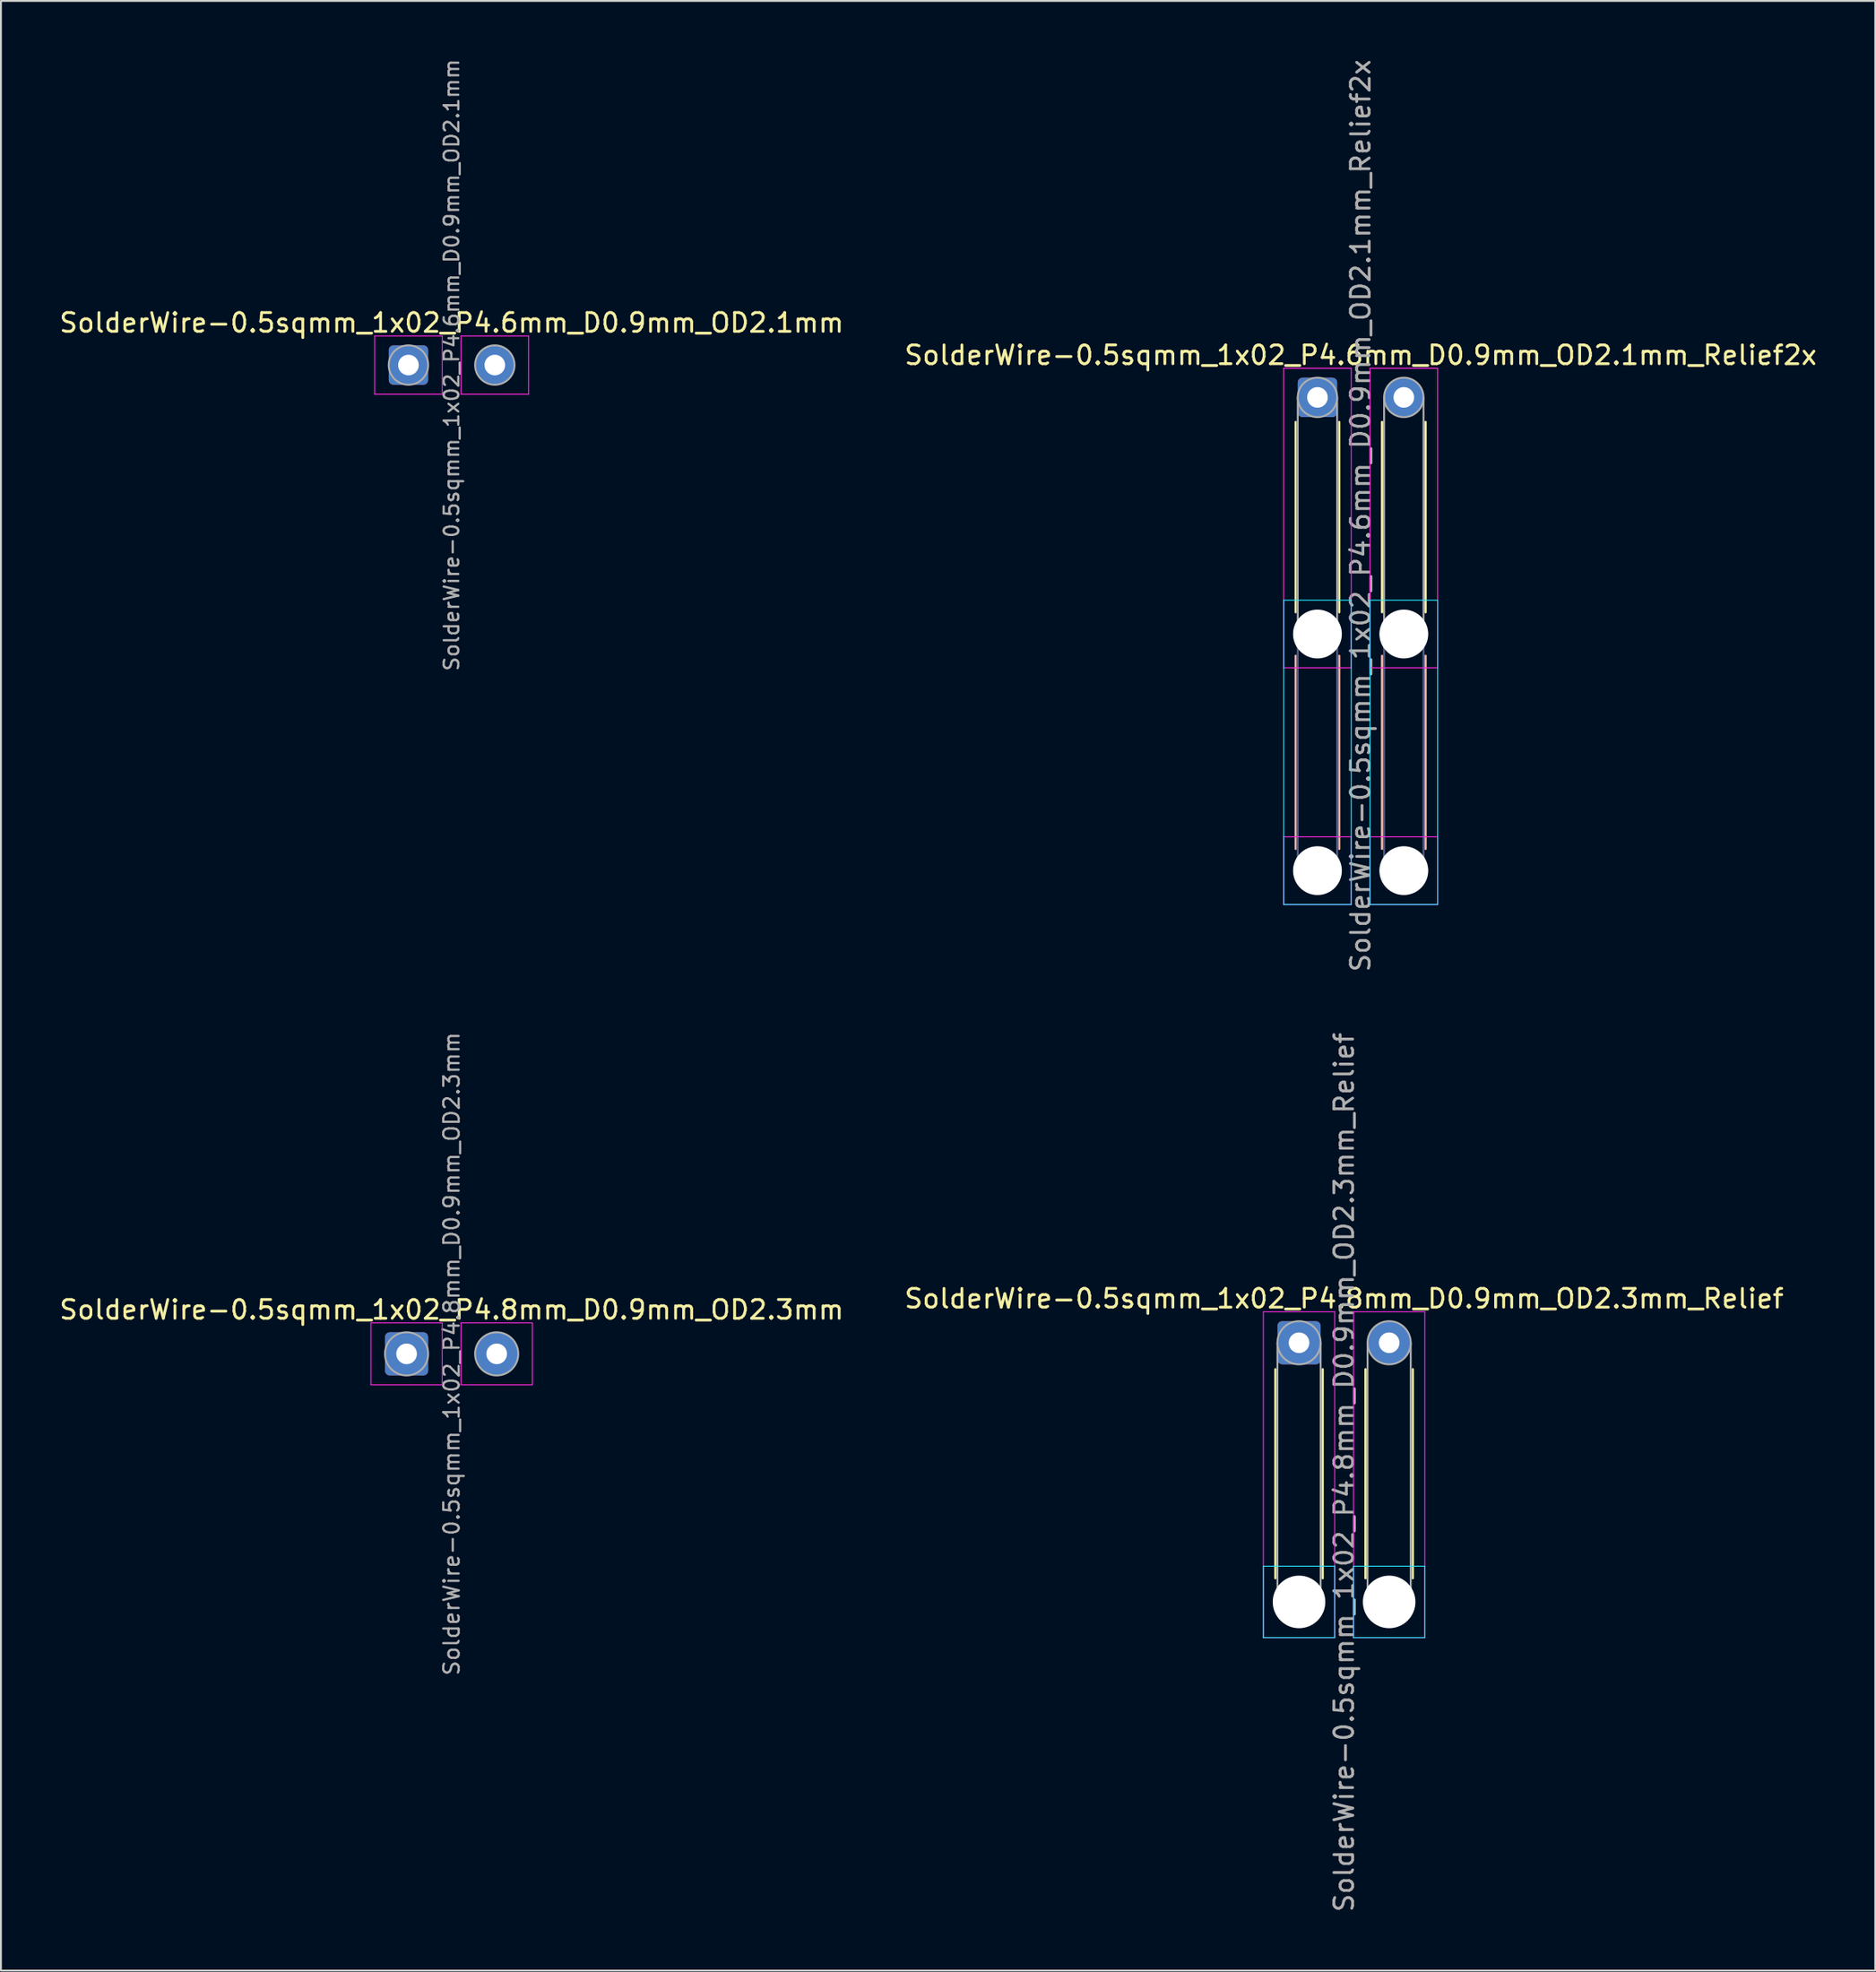
<source format=kicad_pcb>
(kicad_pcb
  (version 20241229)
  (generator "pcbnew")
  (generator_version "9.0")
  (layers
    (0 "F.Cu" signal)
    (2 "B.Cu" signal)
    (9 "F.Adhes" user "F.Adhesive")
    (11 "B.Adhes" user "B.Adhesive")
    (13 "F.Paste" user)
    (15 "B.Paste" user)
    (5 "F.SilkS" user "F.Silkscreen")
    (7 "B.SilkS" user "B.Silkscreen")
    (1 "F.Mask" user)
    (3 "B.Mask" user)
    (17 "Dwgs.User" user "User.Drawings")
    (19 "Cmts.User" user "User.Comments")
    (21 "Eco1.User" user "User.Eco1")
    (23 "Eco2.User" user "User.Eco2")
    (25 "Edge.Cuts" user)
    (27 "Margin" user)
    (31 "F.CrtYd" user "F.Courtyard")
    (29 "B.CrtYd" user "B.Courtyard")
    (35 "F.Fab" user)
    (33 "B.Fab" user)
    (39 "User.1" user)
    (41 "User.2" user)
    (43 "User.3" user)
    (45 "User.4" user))
  (footprint "SolderWire-0.5sqmm_1x02_P4.6mm_D0.9mm_OD2.1mm"
    (layer "F.Cu")
    (at 18.706 16.389)
    (property "Reference" "SolderWire-0.5sqmm_1x02_P4.6mm_D0.9mm_OD2.1mm" (at 2.3 -2.25 0) (layer "F.SilkS") (effects (font (size 1 1) (thickness 0.15))))
    (attr exclude_from_pos_files exclude_from_bom)
    (fp_line (start -1.8 -1.55) (end -1.8 1.55) (stroke (width 0.05) (type solid)) (layer "F.CrtYd"))
    (fp_line (start -1.8 1.55) (end 1.8 1.55) (stroke (width 0.05) (type solid)) (layer "F.CrtYd"))
    (fp_line (start 1.8 -1.55) (end -1.8 -1.55) (stroke (width 0.05) (type solid)) (layer "F.CrtYd"))
    (fp_line (start 1.8 1.55) (end 1.8 -1.55) (stroke (width 0.05) (type solid)) (layer "F.CrtYd"))
    (fp_line (start 2.8 -1.55) (end 2.8 1.55) (stroke (width 0.05) (type solid)) (layer "F.CrtYd"))
    (fp_line (start 2.8 1.55) (end 6.4 1.55) (stroke (width 0.05) (type solid)) (layer "F.CrtYd"))
    (fp_line (start 6.4 -1.55) (end 2.8 -1.55) (stroke (width 0.05) (type solid)) (layer "F.CrtYd"))
    (fp_line (start 6.4 1.55) (end 6.4 -1.55) (stroke (width 0.05) (type solid)) (layer "F.CrtYd"))
    (fp_circle (center 0 0) (end 1.05 0) (stroke (width 0.1) (type solid)) (fill no) (layer "F.Fab"))
    (fp_circle (center 4.6 0) (end 5.65 0) (stroke (width 0.1) (type solid)) (fill no) (layer "F.Fab"))
    (fp_text user "${REFERENCE}" (at 2.3 0 90) (layer "F.Fab") (effects (font (size 0.78 0.78) (thickness 0.12))))
    (pad "1" thru_hole roundrect (at 0 0) (size 2.1 2.1) (drill 1.1) (layers "*.Cu" "*.Mask") (roundrect_rratio 0.119))
    (pad "2" thru_hole circle (at 4.6 0) (size 2.1 2.1) (drill 1.1) (layers "*.Cu" "*.Mask")))
  (footprint "SolderWire-0.5sqmm_1x02_P4.8mm_D0.9mm_OD2.3mm_Relief"
    (layer "F.Cu")
    (at 66.142 68.451)
    (property "Reference" "SolderWire-0.5sqmm_1x02_P4.8mm_D0.9mm_OD2.3mm_Relief" (at 2.4 -2.35 0) (layer "F.SilkS") (effects (font (size 1 1) (thickness 0.15))))
    (attr exclude_from_pos_files exclude_from_bom)
    (fp_line (start -1.26 1.41) (end -1.26 12.54) (stroke (width 0.12) (type solid)) (layer "F.SilkS"))
    (fp_line (start 1.26 1.41) (end 1.26 12.54) (stroke (width 0.12) (type solid)) (layer "F.SilkS"))
    (fp_line (start 3.54 1.41) (end 3.54 12.54) (stroke (width 0.12) (type solid)) (layer "F.SilkS"))
    (fp_line (start 6.06 1.41) (end 6.06 12.54) (stroke (width 0.12) (type solid)) (layer "F.SilkS"))
    (fp_line (start -1.9 11.9) (end -1.9 15.7) (stroke (width 0.05) (type solid)) (layer "B.CrtYd"))
    (fp_line (start -1.9 15.7) (end 1.9 15.7) (stroke (width 0.05) (type solid)) (layer "B.CrtYd"))
    (fp_line (start 1.9 11.9) (end -1.9 11.9) (stroke (width 0.05) (type solid)) (layer "B.CrtYd"))
    (fp_line (start 1.9 15.7) (end 1.9 11.9) (stroke (width 0.05) (type solid)) (layer "B.CrtYd"))
    (fp_line (start 2.9 11.9) (end 2.9 15.7) (stroke (width 0.05) (type solid)) (layer "B.CrtYd"))
    (fp_line (start 2.9 15.7) (end 6.7 15.7) (stroke (width 0.05) (type solid)) (layer "B.CrtYd"))
    (fp_line (start 6.7 11.9) (end 2.9 11.9) (stroke (width 0.05) (type solid)) (layer "B.CrtYd"))
    (fp_line (start 6.7 15.7) (end 6.7 11.9) (stroke (width 0.05) (type solid)) (layer "B.CrtYd"))
    (fp_line (start -1.9 -1.65) (end -1.9 15.7) (stroke (width 0.05) (type solid)) (layer "F.CrtYd"))
    (fp_line (start -1.9 15.7) (end 1.9 15.7) (stroke (width 0.05) (type solid)) (layer "F.CrtYd"))
    (fp_line (start 1.9 -1.65) (end -1.9 -1.65) (stroke (width 0.05) (type solid)) (layer "F.CrtYd"))
    (fp_line (start 1.9 15.7) (end 1.9 -1.65) (stroke (width 0.05) (type solid)) (layer "F.CrtYd"))
    (fp_line (start 2.9 -1.65) (end 2.9 15.7) (stroke (width 0.05) (type solid)) (layer "F.CrtYd"))
    (fp_line (start 2.9 15.7) (end 6.7 15.7) (stroke (width 0.05) (type solid)) (layer "F.CrtYd"))
    (fp_line (start 6.7 -1.65) (end 2.9 -1.65) (stroke (width 0.05) (type solid)) (layer "F.CrtYd"))
    (fp_line (start 6.7 15.7) (end 6.7 -1.65) (stroke (width 0.05) (type solid)) (layer "F.CrtYd"))
    (fp_line (start -1.15 0) (end -1.15 13.8) (stroke (width 0.1) (type solid)) (layer "F.Fab"))
    (fp_line (start 1.15 0) (end 1.15 13.8) (stroke (width 0.1) (type solid)) (layer "F.Fab"))
    (fp_line (start 3.65 0) (end 3.65 13.8) (stroke (width 0.1) (type solid)) (layer "F.Fab"))
    (fp_line (start 5.95 0) (end 5.95 13.8) (stroke (width 0.1) (type solid)) (layer "F.Fab"))
    (fp_circle (center 0 0) (end 1.15 0) (stroke (width 0.1) (type solid)) (fill no) (layer "F.Fab"))
    (fp_circle (center 0 13.8) (end 1.15 13.8) (stroke (width 0.1) (type solid)) (fill no) (layer "F.Fab"))
    (fp_circle (center 4.8 0) (end 5.95 0) (stroke (width 0.1) (type solid)) (fill no) (layer "F.Fab"))
    (fp_circle (center 4.8 13.8) (end 5.95 13.8) (stroke (width 0.1) (type solid)) (fill no) (layer "F.Fab"))
    (fp_text user "${REFERENCE}" (at 2.4 6.9 90) (layer "F.Fab") (effects (font (size 1 1) (thickness 0.15))))
    (pad "" np_thru_hole circle (at 0 13.8) (size 2.8 2.8) (drill 2.8) (layers "*.Cu" "*.Mask"))
    (pad "" np_thru_hole circle (at 4.8 13.8) (size 2.8 2.8) (drill 2.8) (layers "*.Cu" "*.Mask"))
    (pad "1" thru_hole roundrect (at 0 0) (size 2.3 2.3) (drill 1.1) (layers "*.Cu" "*.Mask") (roundrect_rratio 0.109))
    (pad "2" thru_hole circle (at 4.8 0) (size 2.3 2.3) (drill 1.1) (layers "*.Cu" "*.Mask")))
  (footprint "SolderWire-0.5sqmm_1x02_P4.6mm_D0.9mm_OD2.1mm_Relief2x"
    (layer "F.Cu")
    (at 67.123 18.111)
    (property "Reference" "SolderWire-0.5sqmm_1x02_P4.6mm_D0.9mm_OD2.1mm_Relief2x" (at 2.3 -2.25 0) (layer "F.SilkS") (effects (font (size 1 1) (thickness 0.15))))
    (attr exclude_from_pos_files exclude_from_bom)
    (fp_line (start -1.16 1.31) (end -1.16 11.44) (stroke (width 0.12) (type solid)) (layer "F.SilkS"))
    (fp_line (start 1.16 1.31) (end 1.16 11.44) (stroke (width 0.12) (type solid)) (layer "F.SilkS"))
    (fp_line (start 3.44 1.31) (end 3.44 11.44) (stroke (width 0.12) (type solid)) (layer "F.SilkS"))
    (fp_line (start 5.76 1.31) (end 5.76 11.44) (stroke (width 0.12) (type solid)) (layer "F.SilkS"))
    (fp_line (start -1.16 13.76) (end -1.16 24.04) (stroke (width 0.12) (type solid)) (layer "B.SilkS"))
    (fp_line (start 1.16 13.76) (end 1.16 24.04) (stroke (width 0.12) (type solid)) (layer "B.SilkS"))
    (fp_line (start 3.44 13.76) (end 3.44 24.04) (stroke (width 0.12) (type solid)) (layer "B.SilkS"))
    (fp_line (start 5.76 13.76) (end 5.76 24.04) (stroke (width 0.12) (type solid)) (layer "B.SilkS"))
    (fp_line (start -1.8 10.8) (end -1.8 27) (stroke (width 0.05) (type solid)) (layer "B.CrtYd"))
    (fp_line (start -1.8 27) (end 1.8 27) (stroke (width 0.05) (type solid)) (layer "B.CrtYd"))
    (fp_line (start 1.8 10.8) (end -1.8 10.8) (stroke (width 0.05) (type solid)) (layer "B.CrtYd"))
    (fp_line (start 1.8 27) (end 1.8 10.8) (stroke (width 0.05) (type solid)) (layer "B.CrtYd"))
    (fp_line (start 2.8 10.8) (end 2.8 27) (stroke (width 0.05) (type solid)) (layer "B.CrtYd"))
    (fp_line (start 2.8 27) (end 6.4 27) (stroke (width 0.05) (type solid)) (layer "B.CrtYd"))
    (fp_line (start 6.4 10.8) (end 2.8 10.8) (stroke (width 0.05) (type solid)) (layer "B.CrtYd"))
    (fp_line (start 6.4 27) (end 6.4 10.8) (stroke (width 0.05) (type solid)) (layer "B.CrtYd"))
    (fp_line (start -1.8 -1.55) (end -1.8 14.4) (stroke (width 0.05) (type solid)) (layer "F.CrtYd"))
    (fp_line (start -1.8 14.4) (end 1.8 14.4) (stroke (width 0.05) (type solid)) (layer "F.CrtYd"))
    (fp_line (start -1.8 23.4) (end -1.8 27) (stroke (width 0.05) (type solid)) (layer "F.CrtYd"))
    (fp_line (start -1.8 27) (end 1.8 27) (stroke (width 0.05) (type solid)) (layer "F.CrtYd"))
    (fp_line (start 1.8 -1.55) (end -1.8 -1.55) (stroke (width 0.05) (type solid)) (layer "F.CrtYd"))
    (fp_line (start 1.8 14.4) (end 1.8 -1.55) (stroke (width 0.05) (type solid)) (layer "F.CrtYd"))
    (fp_line (start 1.8 23.4) (end -1.8 23.4) (stroke (width 0.05) (type solid)) (layer "F.CrtYd"))
    (fp_line (start 1.8 27) (end 1.8 23.4) (stroke (width 0.05) (type solid)) (layer "F.CrtYd"))
    (fp_line (start 2.8 -1.55) (end 2.8 14.4) (stroke (width 0.05) (type solid)) (layer "F.CrtYd"))
    (fp_line (start 2.8 14.4) (end 6.4 14.4) (stroke (width 0.05) (type solid)) (layer "F.CrtYd"))
    (fp_line (start 2.8 23.4) (end 2.8 27) (stroke (width 0.05) (type solid)) (layer "F.CrtYd"))
    (fp_line (start 2.8 27) (end 6.4 27) (stroke (width 0.05) (type solid)) (layer "F.CrtYd"))
    (fp_line (start 6.4 -1.55) (end 2.8 -1.55) (stroke (width 0.05) (type solid)) (layer "F.CrtYd"))
    (fp_line (start 6.4 14.4) (end 6.4 -1.55) (stroke (width 0.05) (type solid)) (layer "F.CrtYd"))
    (fp_line (start 6.4 23.4) (end 2.8 23.4) (stroke (width 0.05) (type solid)) (layer "F.CrtYd"))
    (fp_line (start 6.4 27) (end 6.4 23.4) (stroke (width 0.05) (type solid)) (layer "F.CrtYd"))
    (fp_line (start -1.05 12.6) (end -1.05 25.2) (stroke (width 0.1) (type solid)) (layer "B.Fab"))
    (fp_line (start 1.05 12.6) (end 1.05 25.2) (stroke (width 0.1) (type solid)) (layer "B.Fab"))
    (fp_line (start 3.55 12.6) (end 3.55 25.2) (stroke (width 0.1) (type solid)) (layer "B.Fab"))
    (fp_line (start 5.65 12.6) (end 5.65 25.2) (stroke (width 0.1) (type solid)) (layer "B.Fab"))
    (fp_circle (center 0 12.6) (end 1.05 12.6) (stroke (width 0.1) (type solid)) (fill no) (layer "B.Fab"))
    (fp_circle (center 0 25.2) (end 1.05 25.2) (stroke (width 0.1) (type solid)) (fill no) (layer "B.Fab"))
    (fp_circle (center 4.6 12.6) (end 5.65 12.6) (stroke (width 0.1) (type solid)) (fill no) (layer "B.Fab"))
    (fp_circle (center 4.6 25.2) (end 5.65 25.2) (stroke (width 0.1) (type solid)) (fill no) (layer "B.Fab"))
    (fp_line (start -1.05 0) (end -1.05 12.6) (stroke (width 0.1) (type solid)) (layer "F.Fab"))
    (fp_line (start 1.05 0) (end 1.05 12.6) (stroke (width 0.1) (type solid)) (layer "F.Fab"))
    (fp_line (start 3.55 0) (end 3.55 12.6) (stroke (width 0.1) (type solid)) (layer "F.Fab"))
    (fp_line (start 5.65 0) (end 5.65 12.6) (stroke (width 0.1) (type solid)) (layer "F.Fab"))
    (fp_circle (center 0 0) (end 1.05 0) (stroke (width 0.1) (type solid)) (fill no) (layer "F.Fab"))
    (fp_circle (center 0 12.6) (end 1.05 12.6) (stroke (width 0.1) (type solid)) (fill no) (layer "F.Fab"))
    (fp_circle (center 0 25.2) (end 1.05 25.2) (stroke (width 0.1) (type solid)) (fill no) (layer "F.Fab"))
    (fp_circle (center 4.6 0) (end 5.65 0) (stroke (width 0.1) (type solid)) (fill no) (layer "F.Fab"))
    (fp_circle (center 4.6 12.6) (end 5.65 12.6) (stroke (width 0.1) (type solid)) (fill no) (layer "F.Fab"))
    (fp_circle (center 4.6 25.2) (end 5.65 25.2) (stroke (width 0.1) (type solid)) (fill no) (layer "F.Fab"))
    (fp_text user "${REFERENCE}" (at 2.3 6.3 90) (layer "F.Fab") (effects (font (size 1 1) (thickness 0.15))))
    (pad "" np_thru_hole circle (at 0 12.6) (size 2.6 2.6) (drill 2.6) (layers "*.Cu" "*.Mask"))
    (pad "" np_thru_hole circle (at 0 25.2) (size 2.6 2.6) (drill 2.6) (layers "*.Cu" "*.Mask"))
    (pad "" np_thru_hole circle (at 4.6 12.6) (size 2.6 2.6) (drill 2.6) (layers "*.Cu" "*.Mask"))
    (pad "" np_thru_hole circle (at 4.6 25.2) (size 2.6 2.6) (drill 2.6) (layers "*.Cu" "*.Mask"))
    (pad "1" thru_hole roundrect (at 0 0) (size 2.1 2.1) (drill 1.1) (layers "*.Cu" "*.Mask") (roundrect_rratio 0.119))
    (pad "2" thru_hole circle (at 4.6 0) (size 2.1 2.1) (drill 1.1) (layers "*.Cu" "*.Mask")))
  (footprint "SolderWire-0.5sqmm_1x02_P4.8mm_D0.9mm_OD2.3mm"
    (layer "F.Cu")
    (at 18.606 69.042)
    (property "Reference" "SolderWire-0.5sqmm_1x02_P4.8mm_D0.9mm_OD2.3mm" (at 2.4 -2.35 0) (layer "F.SilkS") (effects (font (size 1 1) (thickness 0.15))))
    (attr exclude_from_pos_files exclude_from_bom)
    (fp_line (start -1.9 -1.65) (end -1.9 1.65) (stroke (width 0.05) (type solid)) (layer "F.CrtYd"))
    (fp_line (start -1.9 1.65) (end 1.9 1.65) (stroke (width 0.05) (type solid)) (layer "F.CrtYd"))
    (fp_line (start 1.9 -1.65) (end -1.9 -1.65) (stroke (width 0.05) (type solid)) (layer "F.CrtYd"))
    (fp_line (start 1.9 1.65) (end 1.9 -1.65) (stroke (width 0.05) (type solid)) (layer "F.CrtYd"))
    (fp_line (start 2.9 -1.65) (end 2.9 1.65) (stroke (width 0.05) (type solid)) (layer "F.CrtYd"))
    (fp_line (start 2.9 1.65) (end 6.7 1.65) (stroke (width 0.05) (type solid)) (layer "F.CrtYd"))
    (fp_line (start 6.7 -1.65) (end 2.9 -1.65) (stroke (width 0.05) (type solid)) (layer "F.CrtYd"))
    (fp_line (start 6.7 1.65) (end 6.7 -1.65) (stroke (width 0.05) (type solid)) (layer "F.CrtYd"))
    (fp_circle (center 0 0) (end 1.15 0) (stroke (width 0.1) (type solid)) (fill no) (layer "F.Fab"))
    (fp_circle (center 4.8 0) (end 5.95 0) (stroke (width 0.1) (type solid)) (fill no) (layer "F.Fab"))
    (fp_text user "${REFERENCE}" (at 2.4 0 90) (layer "F.Fab") (effects (font (size 0.82 0.82) (thickness 0.12))))
    (pad "1" thru_hole roundrect (at 0 0) (size 2.3 2.3) (drill 1.1) (layers "*.Cu" "*.Mask") (roundrect_rratio 0.109))
    (pad "2" thru_hole circle (at 4.8 0) (size 2.3 2.3) (drill 1.1) (layers "*.Cu" "*.Mask")))
  (gr_rect
    (start -3 -3)
    (end 96.833 101.881)
    (stroke (width 0.1) (type default))
    (fill no)
    (layer "Edge.Cuts")))
</source>
